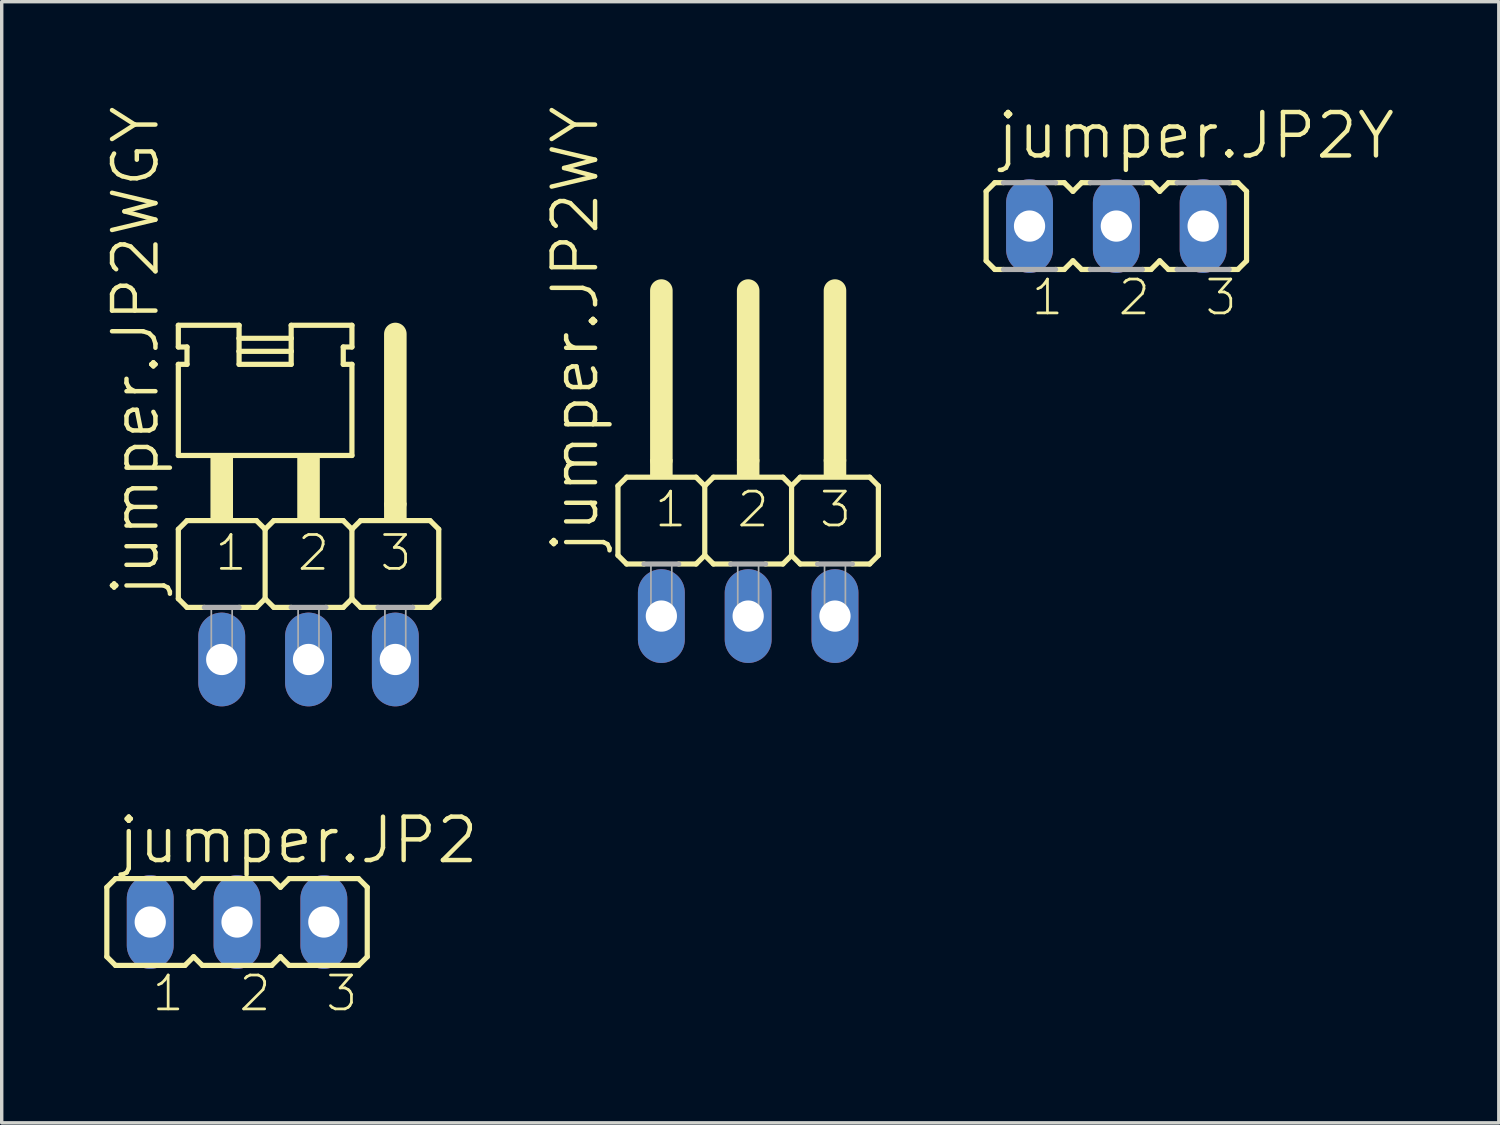
<source format=kicad_pcb>
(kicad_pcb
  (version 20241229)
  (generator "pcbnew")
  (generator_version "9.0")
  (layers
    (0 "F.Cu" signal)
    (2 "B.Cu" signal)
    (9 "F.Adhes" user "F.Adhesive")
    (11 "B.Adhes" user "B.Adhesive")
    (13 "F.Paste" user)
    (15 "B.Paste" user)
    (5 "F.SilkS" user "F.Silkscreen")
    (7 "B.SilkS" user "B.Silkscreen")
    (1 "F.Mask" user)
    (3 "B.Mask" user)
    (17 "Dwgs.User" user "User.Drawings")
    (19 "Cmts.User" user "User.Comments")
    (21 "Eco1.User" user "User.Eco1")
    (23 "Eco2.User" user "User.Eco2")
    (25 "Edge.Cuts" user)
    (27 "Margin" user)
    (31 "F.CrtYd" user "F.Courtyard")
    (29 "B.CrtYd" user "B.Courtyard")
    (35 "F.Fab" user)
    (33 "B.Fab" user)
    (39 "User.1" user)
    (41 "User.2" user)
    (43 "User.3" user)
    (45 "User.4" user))
  (footprint "jumper.JP2WGY"
    (layer "F.Cu")
    (at 5.978 13.707)
    (property "Reference" "jumper.JP2WGY" (at -4.318 0.762 90) (layer "F.SilkS") (effects (font (size 1.27 1.27) (thickness 0.13)) (justify left bottom)))
    (attr through_hole)
    (fp_line (start -3.81 -7.239) (end -3.81 -6.604) (stroke (width 0.152) (type default)) (layer "F.SilkS"))
    (fp_line (start -3.81 -7.239) (end -2.032 -7.239) (stroke (width 0.152) (type default)) (layer "F.SilkS"))
    (fp_line (start -3.81 -6.096) (end -3.81 -3.429) (stroke (width 0.152) (type default)) (layer "F.SilkS"))
    (fp_line (start -3.81 -6.096) (end -3.556 -6.096) (stroke (width 0.152) (type default)) (layer "F.SilkS"))
    (fp_line (start -3.81 -1.27) (end -3.556 -1.524) (stroke (width 0.152) (type default)) (layer "F.SilkS"))
    (fp_line (start -3.81 0.762) (end -3.81 -1.27) (stroke (width 0.152) (type default)) (layer "F.SilkS"))
    (fp_line (start -3.81 0.762) (end -3.556 1.016) (stroke (width 0.152) (type default)) (layer "F.SilkS"))
    (fp_line (start -3.556 -6.604) (end -3.81 -6.604) (stroke (width 0.152) (type default)) (layer "F.SilkS"))
    (fp_line (start -3.556 -6.604) (end -3.556 -6.096) (stroke (width 0.152) (type default)) (layer "F.SilkS"))
    (fp_line (start -3.556 1.016) (end -3.048 1.016) (stroke (width 0.152) (type default)) (layer "F.SilkS"))
    (fp_line (start -2.032 -7.239) (end -2.032 -6.858) (stroke (width 0.152) (type default)) (layer "F.SilkS"))
    (fp_line (start -2.032 -6.858) (end -2.032 -6.477) (stroke (width 0.152) (type default)) (layer "F.SilkS"))
    (fp_line (start -2.032 -6.858) (end -0.508 -6.858) (stroke (width 0.152) (type default)) (layer "F.SilkS"))
    (fp_line (start -2.032 -6.477) (end -2.032 -6.096) (stroke (width 0.152) (type default)) (layer "F.SilkS"))
    (fp_line (start -2.032 -6.477) (end -0.508 -6.477) (stroke (width 0.152) (type default)) (layer "F.SilkS"))
    (fp_line (start -2.032 -6.096) (end -0.508 -6.096) (stroke (width 0.152) (type default)) (layer "F.SilkS"))
    (fp_line (start -2.032 1.016) (end -1.524 1.016) (stroke (width 0.152) (type default)) (layer "F.SilkS"))
    (fp_line (start -1.524 -1.524) (end -3.556 -1.524) (stroke (width 0.152) (type default)) (layer "F.SilkS"))
    (fp_line (start -1.524 -1.524) (end -1.27 -1.27) (stroke (width 0.152) (type default)) (layer "F.SilkS"))
    (fp_line (start -1.524 1.016) (end -1.27 0.762) (stroke (width 0.152) (type default)) (layer "F.SilkS"))
    (fp_line (start -1.27 -1.27) (end -1.016 -1.524) (stroke (width 0.152) (type default)) (layer "F.SilkS"))
    (fp_line (start -1.27 0.762) (end -1.27 -1.27) (stroke (width 0.152) (type default)) (layer "F.SilkS"))
    (fp_line (start -1.27 0.762) (end -1.016 1.016) (stroke (width 0.152) (type default)) (layer "F.SilkS"))
    (fp_line (start -1.016 1.016) (end -0.508 1.016) (stroke (width 0.152) (type default)) (layer "F.SilkS"))
    (fp_line (start -0.508 -7.239) (end 1.27 -7.239) (stroke (width 0.152) (type default)) (layer "F.SilkS"))
    (fp_line (start -0.508 -6.858) (end -0.508 -7.239) (stroke (width 0.152) (type default)) (layer "F.SilkS"))
    (fp_line (start -0.508 -6.858) (end -0.508 -6.477) (stroke (width 0.152) (type default)) (layer "F.SilkS"))
    (fp_line (start -0.508 -6.477) (end -0.508 -6.096) (stroke (width 0.152) (type default)) (layer "F.SilkS"))
    (fp_line (start 0.508 1.016) (end 1.016 1.016) (stroke (width 0.152) (type default)) (layer "F.SilkS"))
    (fp_line (start 1.016 -6.604) (end 1.016 -6.096) (stroke (width 0.152) (type default)) (layer "F.SilkS"))
    (fp_line (start 1.016 -6.604) (end 1.27 -6.604) (stroke (width 0.152) (type default)) (layer "F.SilkS"))
    (fp_line (start 1.016 -1.524) (end -1.016 -1.524) (stroke (width 0.152) (type default)) (layer "F.SilkS"))
    (fp_line (start 1.016 -1.524) (end 1.27 -1.27) (stroke (width 0.152) (type default)) (layer "F.SilkS"))
    (fp_line (start 1.016 1.016) (end 1.27 0.762) (stroke (width 0.152) (type default)) (layer "F.SilkS"))
    (fp_line (start 1.27 -7.239) (end 1.27 -6.604) (stroke (width 0.152) (type default)) (layer "F.SilkS"))
    (fp_line (start 1.27 -6.096) (end 1.016 -6.096) (stroke (width 0.152) (type default)) (layer "F.SilkS"))
    (fp_line (start 1.27 -6.096) (end 1.27 -3.429) (stroke (width 0.152) (type default)) (layer "F.SilkS"))
    (fp_line (start 1.27 -3.429) (end -3.81 -3.429) (stroke (width 0.152) (type default)) (layer "F.SilkS"))
    (fp_line (start 1.27 -1.27) (end 1.524 -1.524) (stroke (width 0.152) (type default)) (layer "F.SilkS"))
    (fp_line (start 1.27 0.762) (end 1.27 -1.27) (stroke (width 0.152) (type default)) (layer "F.SilkS"))
    (fp_line (start 1.27 0.762) (end 1.524 1.016) (stroke (width 0.152) (type default)) (layer "F.SilkS"))
    (fp_line (start 1.524 1.016) (end 2.032 1.016) (stroke (width 0.152) (type default)) (layer "F.SilkS"))
    (fp_line (start 2.54 -2.032) (end 2.54 -6.985) (stroke (width 0.66) (type default)) (layer "F.SilkS"))
    (fp_line (start 3.048 1.016) (end 3.556 1.016) (stroke (width 0.152) (type default)) (layer "F.SilkS"))
    (fp_line (start 3.556 -1.524) (end 1.524 -1.524) (stroke (width 0.152) (type default)) (layer "F.SilkS"))
    (fp_line (start 3.556 -1.524) (end 3.81 -1.27) (stroke (width 0.152) (type default)) (layer "F.SilkS"))
    (fp_line (start 3.556 1.016) (end 3.81 0.762) (stroke (width 0.152) (type default)) (layer "F.SilkS"))
    (fp_line (start 3.81 -1.27) (end 3.81 0.762) (stroke (width 0.152) (type default)) (layer "F.SilkS"))
    (fp_rect (start -2.845 -1.524) (end -2.235 -3.429) (stroke (width 0.05) (type default)) (fill yes) (layer "F.SilkS"))
    (fp_rect (start -0.305 -1.524) (end 0.305 -3.429) (stroke (width 0.05) (type default)) (fill yes) (layer "F.SilkS"))
    (fp_rect (start 2.235 -1.524) (end 2.845 -2.032) (stroke (width 0.05) (type default)) (fill yes) (layer "F.SilkS"))
    (fp_line (start -2.032 1.016) (end -3.048 1.016) (stroke (width 0.152) (type default)) (layer "F.Fab"))
    (fp_line (start 0.508 1.016) (end -0.508 1.016) (stroke (width 0.152) (type default)) (layer "F.Fab"))
    (fp_line (start 3.048 1.016) (end 2.032 1.016) (stroke (width 0.152) (type default)) (layer "F.Fab"))
    (fp_rect (start -2.845 2.794) (end -2.235 1.016) (stroke (width 0.05) (type default)) (fill no) (layer "F.Fab"))
    (fp_rect (start -0.305 2.794) (end 0.305 1.016) (stroke (width 0.05) (type default)) (fill no) (layer "F.Fab"))
    (fp_rect (start 2.235 2.794) (end 2.845 1.016) (stroke (width 0.05) (type default)) (fill no) (layer "F.Fab"))
    (fp_text user "3" (at 2.032 0 0) (layer "F.SilkS") (effects (font (size 0.991 0.991) (thickness 0.08)) (justify left bottom)))
    (fp_text user "1" (at -2.794 0 0) (layer "F.SilkS") (effects (font (size 0.991 0.991) (thickness 0.08)) (justify left bottom)))
    (fp_text user "2" (at -0.381 0 0) (layer "F.SilkS") (effects (font (size 0.991 0.991) (thickness 0.08)) (justify left bottom)))
    (pad "1" thru_hole oval (at -2.54 2.54 90) (size 2.743 1.372) (drill 0.914) (layers "*.Cu" "*.Mask"))
    (pad "2" thru_hole oval (at 0 2.54 90) (size 2.743 1.372) (drill 0.914) (layers "*.Cu" "*.Mask"))
    (pad "3" thru_hole oval (at 2.54 2.54 90) (size 2.743 1.372) (drill 0.914) (layers "*.Cu" "*.Mask")))
  (footprint "jumper.JP2WY"
    (layer "F.Cu")
    (at 18.842 12.437)
    (property "Reference" "jumper.JP2WY" (at -4.318 0.762 90) (layer "F.SilkS") (effects (font (size 1.27 1.27) (thickness 0.13)) (justify left bottom)))
    (attr through_hole)
    (fp_line (start -3.81 -1.27) (end -3.556 -1.524) (stroke (width 0.152) (type default)) (layer "F.SilkS"))
    (fp_line (start -3.81 0.762) (end -3.81 -1.27) (stroke (width 0.152) (type default)) (layer "F.SilkS"))
    (fp_line (start -3.81 0.762) (end -3.556 1.016) (stroke (width 0.152) (type default)) (layer "F.SilkS"))
    (fp_line (start -3.556 1.016) (end -3.048 1.016) (stroke (width 0.152) (type default)) (layer "F.SilkS"))
    (fp_line (start -2.54 -2.032) (end -2.54 -6.985) (stroke (width 0.66) (type default)) (layer "F.SilkS"))
    (fp_line (start -2.032 1.016) (end -1.524 1.016) (stroke (width 0.152) (type default)) (layer "F.SilkS"))
    (fp_line (start -1.524 -1.524) (end -3.556 -1.524) (stroke (width 0.152) (type default)) (layer "F.SilkS"))
    (fp_line (start -1.524 -1.524) (end -1.27 -1.27) (stroke (width 0.152) (type default)) (layer "F.SilkS"))
    (fp_line (start -1.524 1.016) (end -1.27 0.762) (stroke (width 0.152) (type default)) (layer "F.SilkS"))
    (fp_line (start -1.27 -1.27) (end -1.016 -1.524) (stroke (width 0.152) (type default)) (layer "F.SilkS"))
    (fp_line (start -1.27 0.762) (end -1.27 -1.27) (stroke (width 0.152) (type default)) (layer "F.SilkS"))
    (fp_line (start -1.27 0.762) (end -1.016 1.016) (stroke (width 0.152) (type default)) (layer "F.SilkS"))
    (fp_line (start -1.016 1.016) (end -0.508 1.016) (stroke (width 0.152) (type default)) (layer "F.SilkS"))
    (fp_line (start 0 -2.032) (end 0 -6.985) (stroke (width 0.66) (type default)) (layer "F.SilkS"))
    (fp_line (start 0.508 1.016) (end 1.016 1.016) (stroke (width 0.152) (type default)) (layer "F.SilkS"))
    (fp_line (start 1.016 -1.524) (end -1.016 -1.524) (stroke (width 0.152) (type default)) (layer "F.SilkS"))
    (fp_line (start 1.016 -1.524) (end 1.27 -1.27) (stroke (width 0.152) (type default)) (layer "F.SilkS"))
    (fp_line (start 1.016 1.016) (end 1.27 0.762) (stroke (width 0.152) (type default)) (layer "F.SilkS"))
    (fp_line (start 1.27 -1.27) (end 1.524 -1.524) (stroke (width 0.152) (type default)) (layer "F.SilkS"))
    (fp_line (start 1.27 0.762) (end 1.27 -1.27) (stroke (width 0.152) (type default)) (layer "F.SilkS"))
    (fp_line (start 1.27 0.762) (end 1.524 1.016) (stroke (width 0.152) (type default)) (layer "F.SilkS"))
    (fp_line (start 1.524 1.016) (end 2.032 1.016) (stroke (width 0.152) (type default)) (layer "F.SilkS"))
    (fp_line (start 2.54 -2.032) (end 2.54 -6.985) (stroke (width 0.66) (type default)) (layer "F.SilkS"))
    (fp_line (start 3.048 1.016) (end 3.556 1.016) (stroke (width 0.152) (type default)) (layer "F.SilkS"))
    (fp_line (start 3.556 -1.524) (end 1.524 -1.524) (stroke (width 0.152) (type default)) (layer "F.SilkS"))
    (fp_line (start 3.556 -1.524) (end 3.81 -1.27) (stroke (width 0.152) (type default)) (layer "F.SilkS"))
    (fp_line (start 3.556 1.016) (end 3.81 0.762) (stroke (width 0.152) (type default)) (layer "F.SilkS"))
    (fp_line (start 3.81 -1.27) (end 3.81 0.762) (stroke (width 0.152) (type default)) (layer "F.SilkS"))
    (fp_rect (start -2.845 -1.524) (end -2.235 -2.032) (stroke (width 0.05) (type default)) (fill yes) (layer "F.SilkS"))
    (fp_rect (start -0.305 -1.524) (end 0.305 -2.032) (stroke (width 0.05) (type default)) (fill yes) (layer "F.SilkS"))
    (fp_rect (start 2.235 -1.524) (end 2.845 -2.032) (stroke (width 0.05) (type default)) (fill yes) (layer "F.SilkS"))
    (fp_line (start -2.032 1.016) (end -3.048 1.016) (stroke (width 0.152) (type default)) (layer "F.Fab"))
    (fp_line (start 0.508 1.016) (end -0.508 1.016) (stroke (width 0.152) (type default)) (layer "F.Fab"))
    (fp_line (start 3.048 1.016) (end 2.032 1.016) (stroke (width 0.152) (type default)) (layer "F.Fab"))
    (fp_rect (start -2.845 2.794) (end -2.235 1.016) (stroke (width 0.05) (type default)) (fill no) (layer "F.Fab"))
    (fp_rect (start -0.305 2.794) (end 0.305 1.016) (stroke (width 0.05) (type default)) (fill no) (layer "F.Fab"))
    (fp_rect (start 2.235 2.794) (end 2.845 1.016) (stroke (width 0.05) (type default)) (fill no) (layer "F.Fab"))
    (fp_text user "2" (at -0.381 0 0) (layer "F.SilkS") (effects (font (size 0.991 0.991) (thickness 0.08)) (justify left bottom)))
    (fp_text user "1" (at -2.794 0 0) (layer "F.SilkS") (effects (font (size 0.991 0.991) (thickness 0.08)) (justify left bottom)))
    (fp_text user "3" (at 2.032 0 0) (layer "F.SilkS") (effects (font (size 0.991 0.991) (thickness 0.08)) (justify left bottom)))
    (pad "1" thru_hole oval (at -2.54 2.54 90) (size 2.743 1.372) (drill 0.914) (layers "*.Cu" "*.Mask"))
    (pad "2" thru_hole oval (at 0 2.54 90) (size 2.743 1.372) (drill 0.914) (layers "*.Cu" "*.Mask"))
    (pad "3" thru_hole oval (at 2.54 2.54 90) (size 2.743 1.372) (drill 0.914) (layers "*.Cu" "*.Mask")))
  (footprint "jumper.JP2Y"
    (layer "F.Cu")
    (at 29.615 3.565)
    (property "Reference" "jumper.JP2Y" (at -3.556 -1.905 0) (layer "F.SilkS") (effects (font (size 1.27 1.27) (thickness 0.13)) (justify left bottom)))
    (attr through_hole)
    (fp_line (start -3.81 -1.016) (end -3.556 -1.27) (stroke (width 0.152) (type default)) (layer "F.SilkS"))
    (fp_line (start -3.81 1.016) (end -3.81 -1.016) (stroke (width 0.152) (type default)) (layer "F.SilkS"))
    (fp_line (start -3.556 1.27) (end -3.81 1.016) (stroke (width 0.152) (type default)) (layer "F.SilkS"))
    (fp_line (start -3.302 -1.27) (end -3.556 -1.27) (stroke (width 0.152) (type default)) (layer "F.SilkS"))
    (fp_line (start -3.302 1.27) (end -3.556 1.27) (stroke (width 0.152) (type default)) (layer "F.SilkS"))
    (fp_line (start -1.524 -1.27) (end -1.778 -1.27) (stroke (width 0.152) (type default)) (layer "F.SilkS"))
    (fp_line (start -1.524 1.27) (end -1.778 1.27) (stroke (width 0.152) (type default)) (layer "F.SilkS"))
    (fp_line (start -1.27 -1.016) (end -1.524 -1.27) (stroke (width 0.152) (type default)) (layer "F.SilkS"))
    (fp_line (start -1.27 -1.016) (end -1.016 -1.27) (stroke (width 0.152) (type default)) (layer "F.SilkS"))
    (fp_line (start -1.27 1.016) (end -1.524 1.27) (stroke (width 0.152) (type default)) (layer "F.SilkS"))
    (fp_line (start -1.27 1.016) (end -1.016 1.27) (stroke (width 0.152) (type default)) (layer "F.SilkS"))
    (fp_line (start -0.762 -1.27) (end -1.016 -1.27) (stroke (width 0.152) (type default)) (layer "F.SilkS"))
    (fp_line (start -0.762 1.27) (end -1.016 1.27) (stroke (width 0.152) (type default)) (layer "F.SilkS"))
    (fp_line (start 1.016 -1.27) (end 0.762 -1.27) (stroke (width 0.152) (type default)) (layer "F.SilkS"))
    (fp_line (start 1.016 -1.27) (end 1.27 -1.016) (stroke (width 0.152) (type default)) (layer "F.SilkS"))
    (fp_line (start 1.016 1.27) (end 0.762 1.27) (stroke (width 0.152) (type default)) (layer "F.SilkS"))
    (fp_line (start 1.27 -1.016) (end 1.524 -1.27) (stroke (width 0.152) (type default)) (layer "F.SilkS"))
    (fp_line (start 1.27 1.016) (end 1.016 1.27) (stroke (width 0.152) (type default)) (layer "F.SilkS"))
    (fp_line (start 1.27 1.016) (end 1.524 1.27) (stroke (width 0.152) (type default)) (layer "F.SilkS"))
    (fp_line (start 1.524 1.27) (end 1.778 1.27) (stroke (width 0.152) (type default)) (layer "F.SilkS"))
    (fp_line (start 1.778 -1.27) (end 1.524 -1.27) (stroke (width 0.152) (type default)) (layer "F.SilkS"))
    (fp_line (start 3.302 1.27) (end 3.556 1.27) (stroke (width 0.152) (type default)) (layer "F.SilkS"))
    (fp_line (start 3.556 -1.27) (end 3.302 -1.27) (stroke (width 0.152) (type default)) (layer "F.SilkS"))
    (fp_line (start 3.556 -1.27) (end 3.81 -1.016) (stroke (width 0.152) (type default)) (layer "F.SilkS"))
    (fp_line (start 3.556 1.27) (end 3.81 1.016) (stroke (width 0.152) (type default)) (layer "F.SilkS"))
    (fp_line (start 3.81 -1.016) (end 3.81 1.016) (stroke (width 0.152) (type default)) (layer "F.SilkS"))
    (fp_line (start -3.302 -1.27) (end -1.778 -1.27) (stroke (width 0.152) (type default)) (layer "F.Fab"))
    (fp_line (start -1.778 1.27) (end -3.302 1.27) (stroke (width 0.152) (type default)) (layer "F.Fab"))
    (fp_line (start 0.762 -1.27) (end -0.762 -1.27) (stroke (width 0.152) (type default)) (layer "F.Fab"))
    (fp_line (start 0.762 1.27) (end -0.762 1.27) (stroke (width 0.152) (type default)) (layer "F.Fab"))
    (fp_line (start 3.302 -1.27) (end 1.778 -1.27) (stroke (width 0.152) (type default)) (layer "F.Fab"))
    (fp_line (start 3.302 1.27) (end 1.778 1.27) (stroke (width 0.152) (type default)) (layer "F.Fab"))
    (fp_rect (start -2.845 0.305) (end -2.235 -0.305) (stroke (width 0.05) (type default)) (fill no) (layer "F.Fab"))
    (fp_rect (start -0.305 0.305) (end 0.305 -0.305) (stroke (width 0.05) (type default)) (fill no) (layer "F.Fab"))
    (fp_rect (start 2.235 0.305) (end 2.845 -0.305) (stroke (width 0.05) (type default)) (fill no) (layer "F.Fab"))
    (fp_text user "3" (at 2.54 2.667 0) (layer "F.SilkS") (effects (font (size 0.991 0.991) (thickness 0.08)) (justify left bottom)))
    (fp_text user "1" (at -2.54 2.667 0) (layer "F.SilkS") (effects (font (size 0.991 0.991) (thickness 0.08)) (justify left bottom)))
    (fp_text user "2" (at 0 2.667 0) (layer "F.SilkS") (effects (font (size 0.991 0.991) (thickness 0.08)) (justify left bottom)))
    (pad "1" thru_hole oval (at -2.54 0 90) (size 2.743 1.372) (drill 0.914) (layers "*.Cu" "*.Mask"))
    (pad "2" thru_hole oval (at 0 0 90) (size 2.743 1.372) (drill 0.914) (layers "*.Cu" "*.Mask"))
    (pad "3" thru_hole oval (at 2.54 0 90) (size 2.743 1.372) (drill 0.914) (layers "*.Cu" "*.Mask")))
  (footprint "jumper.JP2"
    (layer "F.Cu")
    (at 3.886 23.929)
    (property "Reference" "jumper.JP2" (at -3.556 -1.651 0) (layer "F.SilkS") (effects (font (size 1.27 1.27) (thickness 0.13)) (justify left bottom)))
    (attr through_hole)
    (fp_line (start -3.81 -1.016) (end -3.556 -1.27) (stroke (width 0.152) (type default)) (layer "F.SilkS"))
    (fp_line (start -3.81 1.016) (end -3.81 -1.016) (stroke (width 0.152) (type default)) (layer "F.SilkS"))
    (fp_line (start -3.81 1.016) (end -3.556 1.27) (stroke (width 0.152) (type default)) (layer "F.SilkS"))
    (fp_line (start -1.524 -1.27) (end -3.556 -1.27) (stroke (width 0.152) (type default)) (layer "F.SilkS"))
    (fp_line (start -1.524 -1.27) (end -1.27 -1.016) (stroke (width 0.152) (type default)) (layer "F.SilkS"))
    (fp_line (start -1.524 1.27) (end -3.556 1.27) (stroke (width 0.152) (type default)) (layer "F.SilkS"))
    (fp_line (start -1.524 1.27) (end -1.27 1.016) (stroke (width 0.152) (type default)) (layer "F.SilkS"))
    (fp_line (start -1.27 -1.016) (end -1.016 -1.27) (stroke (width 0.152) (type default)) (layer "F.SilkS"))
    (fp_line (start -1.27 1.016) (end -1.016 1.27) (stroke (width 0.152) (type default)) (layer "F.SilkS"))
    (fp_line (start 1.016 -1.27) (end -1.016 -1.27) (stroke (width 0.152) (type default)) (layer "F.SilkS"))
    (fp_line (start 1.016 -1.27) (end 1.27 -1.016) (stroke (width 0.152) (type default)) (layer "F.SilkS"))
    (fp_line (start 1.016 1.27) (end -1.016 1.27) (stroke (width 0.152) (type default)) (layer "F.SilkS"))
    (fp_line (start 1.016 1.27) (end 1.27 1.016) (stroke (width 0.152) (type default)) (layer "F.SilkS"))
    (fp_line (start 1.27 -1.016) (end 1.524 -1.27) (stroke (width 0.152) (type default)) (layer "F.SilkS"))
    (fp_line (start 1.27 1.016) (end 1.524 1.27) (stroke (width 0.152) (type default)) (layer "F.SilkS"))
    (fp_line (start 3.556 -1.27) (end 1.524 -1.27) (stroke (width 0.152) (type default)) (layer "F.SilkS"))
    (fp_line (start 3.556 -1.27) (end 3.81 -1.016) (stroke (width 0.152) (type default)) (layer "F.SilkS"))
    (fp_line (start 3.556 1.27) (end 1.524 1.27) (stroke (width 0.152) (type default)) (layer "F.SilkS"))
    (fp_line (start 3.556 1.27) (end 3.81 1.016) (stroke (width 0.152) (type default)) (layer "F.SilkS"))
    (fp_line (start 3.81 -1.016) (end 3.81 1.016) (stroke (width 0.152) (type default)) (layer "F.SilkS"))
    (fp_rect (start -2.845 0.305) (end -2.235 -0.305) (stroke (width 0.05) (type default)) (fill no) (layer "F.Fab"))
    (fp_rect (start -0.305 0.305) (end 0.305 -0.305) (stroke (width 0.05) (type default)) (fill no) (layer "F.Fab"))
    (fp_rect (start 2.235 0.305) (end 2.845 -0.305) (stroke (width 0.05) (type default)) (fill no) (layer "F.Fab"))
    (fp_text user "2" (at 0 2.667 0) (layer "F.SilkS") (effects (font (size 0.991 0.991) (thickness 0.08)) (justify left bottom)))
    (fp_text user "3" (at 2.54 2.667 0) (layer "F.SilkS") (effects (font (size 0.991 0.991) (thickness 0.08)) (justify left bottom)))
    (fp_text user "1" (at -2.54 2.667 0) (layer "F.SilkS") (effects (font (size 0.991 0.991) (thickness 0.08)) (justify left bottom)))
    (pad "1" thru_hole oval (at -2.54 0 90) (size 2.743 1.372) (drill 0.914) (layers "*.Cu" "*.Mask"))
    (pad "2" thru_hole oval (at 0 0 90) (size 2.743 1.372) (drill 0.914) (layers "*.Cu" "*.Mask"))
    (pad "3" thru_hole oval (at 2.54 0 90) (size 2.743 1.372) (drill 0.914) (layers "*.Cu" "*.Mask")))
  (gr_rect
    (start -3 -3)
    (end 40.806 29.806)
    (stroke (width 0.1) (type default))
    (fill no)
    (layer "Edge.Cuts")))
</source>
